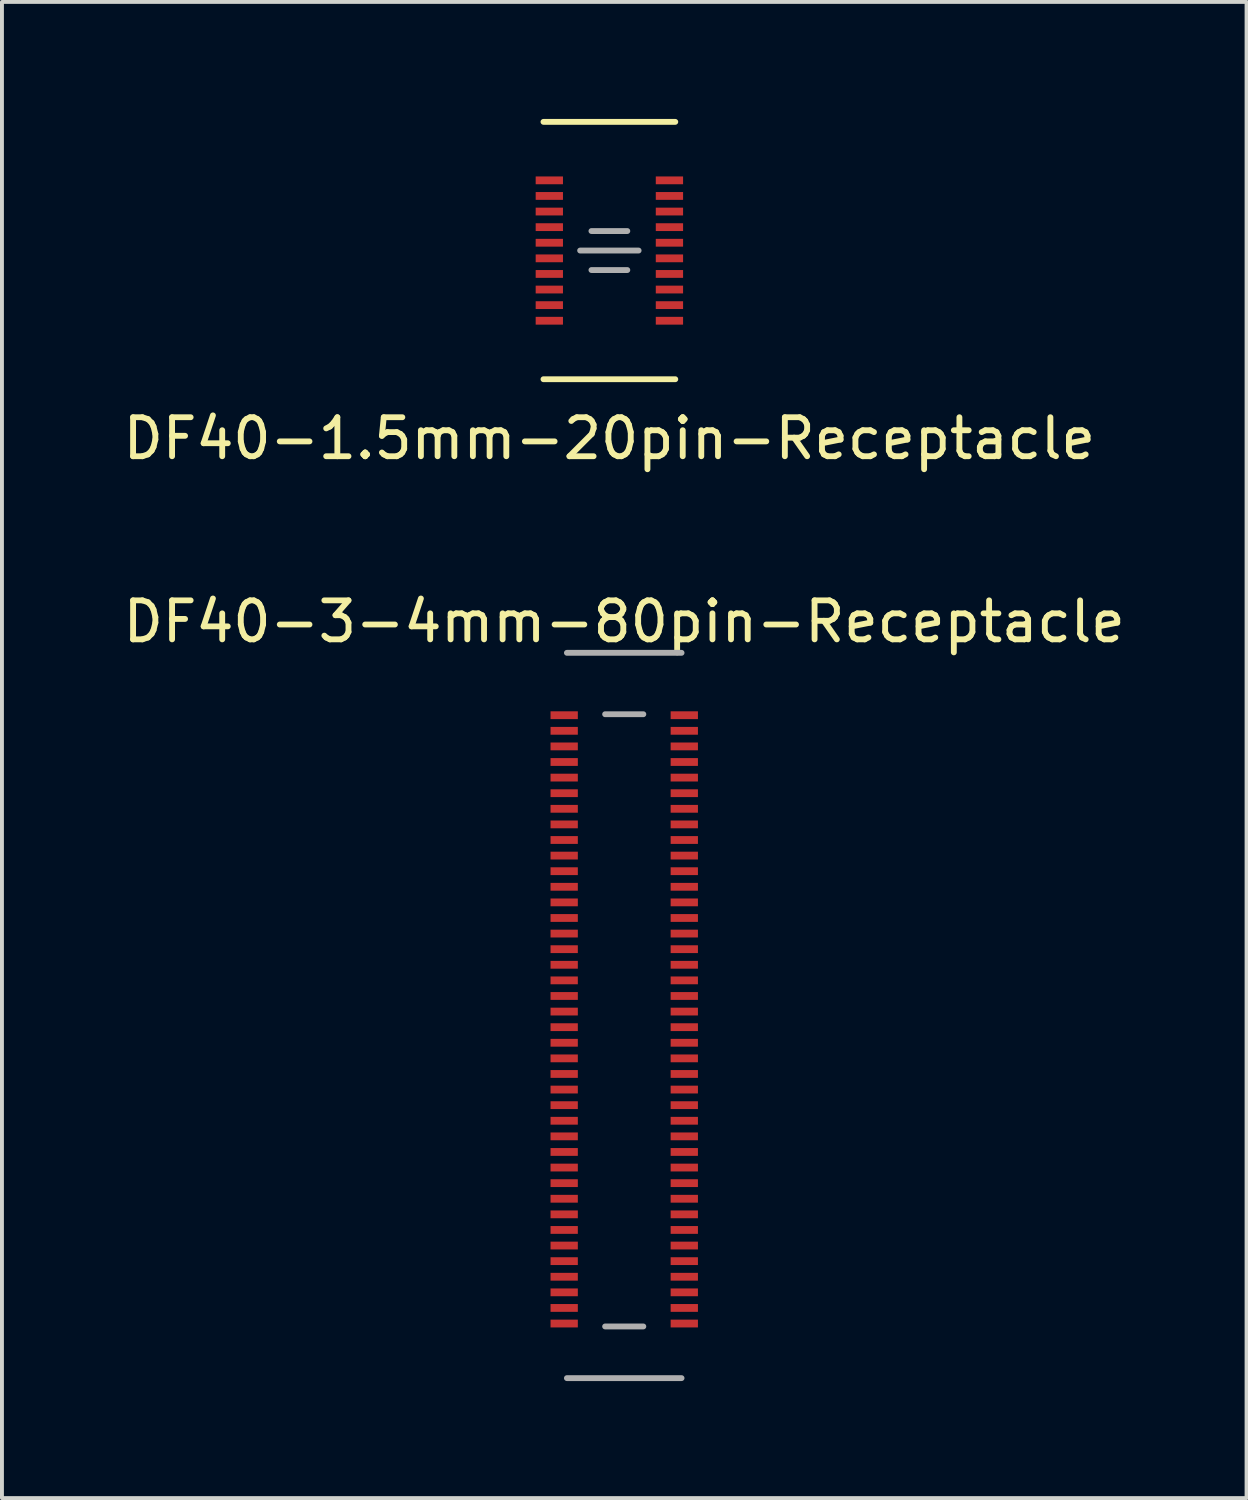
<source format=kicad_pcb>
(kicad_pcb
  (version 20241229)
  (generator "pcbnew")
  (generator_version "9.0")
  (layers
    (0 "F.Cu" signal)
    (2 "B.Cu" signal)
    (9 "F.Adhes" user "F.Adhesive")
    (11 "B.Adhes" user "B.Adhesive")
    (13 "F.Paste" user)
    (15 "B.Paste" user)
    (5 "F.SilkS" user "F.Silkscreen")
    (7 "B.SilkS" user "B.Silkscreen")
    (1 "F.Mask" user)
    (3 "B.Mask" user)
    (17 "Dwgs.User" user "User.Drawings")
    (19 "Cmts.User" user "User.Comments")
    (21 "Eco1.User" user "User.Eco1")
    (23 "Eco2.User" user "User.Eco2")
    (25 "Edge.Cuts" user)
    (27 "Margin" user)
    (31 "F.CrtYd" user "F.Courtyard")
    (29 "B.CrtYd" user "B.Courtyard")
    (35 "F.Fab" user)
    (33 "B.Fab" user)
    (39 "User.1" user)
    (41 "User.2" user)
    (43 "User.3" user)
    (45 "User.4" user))
  (footprint "DF40-3-4mm-80pin-Receptacle"
    (layer "F.Cu")
    (at 12.958 23.091)
    (property "Reference" "DF40-3-4mm-80pin-Receptacle" (at 0 -10.2 0) (layer "F.SilkS") (effects (font (size 1 1) (thickness 0.15))))
    (attr smd)
    (fp_line (start -1.47 -9.4) (end 1.47 -9.4) (stroke (width 0.15) (type solid)) (layer "F.Fab"))
    (fp_line (start -1.47 9.2) (end 1.47 9.2) (stroke (width 0.15) (type solid)) (layer "F.Fab"))
    (fp_line (start -0.49 -7.825) (end 0.49 -7.825) (stroke (width 0.15) (type solid)) (layer "F.Fab"))
    (fp_line (start -0.49 7.875) (end 0.49 7.875) (stroke (width 0.15) (type solid)) (layer "F.Fab"))
    (pad "1" smd rect (at -1.54 -7.8) (size 0.7 0.2) (layers "F.Cu" "F.Mask" "F.Paste"))
    (pad "2" smd rect (at -1.54 -7.4) (size 0.7 0.2) (layers "F.Cu" "F.Mask" "F.Paste"))
    (pad "3" smd rect (at -1.54 -7) (size 0.7 0.2) (layers "F.Cu" "F.Mask" "F.Paste"))
    (pad "4" smd rect (at -1.54 -6.6) (size 0.7 0.2) (layers "F.Cu" "F.Mask" "F.Paste"))
    (pad "5" smd rect (at -1.54 -6.2) (size 0.7 0.2) (layers "F.Cu" "F.Mask" "F.Paste"))
    (pad "6" smd rect (at -1.54 -5.8) (size 0.7 0.2) (layers "F.Cu" "F.Mask" "F.Paste"))
    (pad "7" smd rect (at -1.54 -5.4) (size 0.7 0.2) (layers "F.Cu" "F.Mask" "F.Paste"))
    (pad "8" smd rect (at -1.54 -5) (size 0.7 0.2) (layers "F.Cu" "F.Mask" "F.Paste"))
    (pad "9" smd rect (at -1.54 -4.6) (size 0.7 0.2) (layers "F.Cu" "F.Mask" "F.Paste"))
    (pad "10" smd rect (at -1.54 -4.2) (size 0.7 0.2) (layers "F.Cu" "F.Mask" "F.Paste"))
    (pad "11" smd rect (at -1.54 -3.8) (size 0.7 0.2) (layers "F.Cu" "F.Mask" "F.Paste"))
    (pad "12" smd rect (at -1.54 -3.4) (size 0.7 0.2) (layers "F.Cu" "F.Mask" "F.Paste"))
    (pad "13" smd rect (at -1.54 -3) (size 0.7 0.2) (layers "F.Cu" "F.Mask" "F.Paste"))
    (pad "14" smd rect (at -1.54 -2.6) (size 0.7 0.2) (layers "F.Cu" "F.Mask" "F.Paste"))
    (pad "15" smd rect (at -1.54 -2.2) (size 0.7 0.2) (layers "F.Cu" "F.Mask" "F.Paste"))
    (pad "16" smd rect (at -1.54 -1.8) (size 0.7 0.2) (layers "F.Cu" "F.Mask" "F.Paste"))
    (pad "17" smd rect (at -1.54 -1.4) (size 0.7 0.2) (layers "F.Cu" "F.Mask" "F.Paste"))
    (pad "18" smd rect (at -1.54 -1) (size 0.7 0.2) (layers "F.Cu" "F.Mask" "F.Paste"))
    (pad "19" smd rect (at -1.54 -0.6) (size 0.7 0.2) (layers "F.Cu" "F.Mask" "F.Paste"))
    (pad "20" smd rect (at -1.54 -0.2) (size 0.7 0.2) (layers "F.Cu" "F.Mask" "F.Paste"))
    (pad "21" smd rect (at -1.54 0.2) (size 0.7 0.2) (layers "F.Cu" "F.Mask" "F.Paste"))
    (pad "22" smd rect (at -1.54 0.6) (size 0.7 0.2) (layers "F.Cu" "F.Mask" "F.Paste"))
    (pad "23" smd rect (at -1.54 1) (size 0.7 0.2) (layers "F.Cu" "F.Mask" "F.Paste"))
    (pad "24" smd rect (at -1.54 1.4) (size 0.7 0.2) (layers "F.Cu" "F.Mask" "F.Paste"))
    (pad "25" smd rect (at -1.54 1.8) (size 0.7 0.2) (layers "F.Cu" "F.Mask" "F.Paste"))
    (pad "26" smd rect (at -1.54 2.2) (size 0.7 0.2) (layers "F.Cu" "F.Mask" "F.Paste"))
    (pad "27" smd rect (at -1.54 2.6) (size 0.7 0.2) (layers "F.Cu" "F.Mask" "F.Paste"))
    (pad "28" smd rect (at -1.54 3) (size 0.7 0.2) (layers "F.Cu" "F.Mask" "F.Paste"))
    (pad "29" smd rect (at -1.54 3.4) (size 0.7 0.2) (layers "F.Cu" "F.Mask" "F.Paste"))
    (pad "30" smd rect (at -1.54 3.8) (size 0.7 0.2) (layers "F.Cu" "F.Mask" "F.Paste"))
    (pad "31" smd rect (at -1.54 4.2) (size 0.7 0.2) (layers "F.Cu" "F.Mask" "F.Paste"))
    (pad "32" smd rect (at -1.54 4.6) (size 0.7 0.2) (layers "F.Cu" "F.Mask" "F.Paste"))
    (pad "33" smd rect (at -1.54 5) (size 0.7 0.2) (layers "F.Cu" "F.Mask" "F.Paste"))
    (pad "34" smd rect (at -1.54 5.4) (size 0.7 0.2) (layers "F.Cu" "F.Mask" "F.Paste"))
    (pad "35" smd rect (at -1.54 5.8) (size 0.7 0.2) (layers "F.Cu" "F.Mask" "F.Paste"))
    (pad "36" smd rect (at -1.54 6.2) (size 0.7 0.2) (layers "F.Cu" "F.Mask" "F.Paste"))
    (pad "37" smd rect (at -1.54 6.6) (size 0.7 0.2) (layers "F.Cu" "F.Mask" "F.Paste"))
    (pad "38" smd rect (at -1.54 7) (size 0.7 0.2) (layers "F.Cu" "F.Mask" "F.Paste"))
    (pad "39" smd rect (at -1.54 7.4) (size 0.7 0.2) (layers "F.Cu" "F.Mask" "F.Paste"))
    (pad "40" smd rect (at -1.54 7.8) (size 0.7 0.2) (layers "F.Cu" "F.Mask" "F.Paste"))
    (pad "41" smd rect (at 1.54 -7.8) (size 0.7 0.2) (layers "F.Cu" "F.Mask" "F.Paste"))
    (pad "42" smd rect (at 1.54 -7.4) (size 0.7 0.2) (layers "F.Cu" "F.Mask" "F.Paste"))
    (pad "43" smd rect (at 1.54 -7) (size 0.7 0.2) (layers "F.Cu" "F.Mask" "F.Paste"))
    (pad "44" smd rect (at 1.54 -6.6) (size 0.7 0.2) (layers "F.Cu" "F.Mask" "F.Paste"))
    (pad "45" smd rect (at 1.54 -6.2) (size 0.7 0.2) (layers "F.Cu" "F.Mask" "F.Paste"))
    (pad "46" smd rect (at 1.54 -5.8) (size 0.7 0.2) (layers "F.Cu" "F.Mask" "F.Paste"))
    (pad "47" smd rect (at 1.54 -5.4) (size 0.7 0.2) (layers "F.Cu" "F.Mask" "F.Paste"))
    (pad "48" smd rect (at 1.54 -5) (size 0.7 0.2) (layers "F.Cu" "F.Mask" "F.Paste"))
    (pad "49" smd rect (at 1.54 -4.6) (size 0.7 0.2) (layers "F.Cu" "F.Mask" "F.Paste"))
    (pad "50" smd rect (at 1.54 -4.2) (size 0.7 0.2) (layers "F.Cu" "F.Mask" "F.Paste"))
    (pad "51" smd rect (at 1.54 -3.8) (size 0.7 0.2) (layers "F.Cu" "F.Mask" "F.Paste"))
    (pad "52" smd rect (at 1.54 -3.4) (size 0.7 0.2) (layers "F.Cu" "F.Mask" "F.Paste"))
    (pad "53" smd rect (at 1.54 -3) (size 0.7 0.2) (layers "F.Cu" "F.Mask" "F.Paste"))
    (pad "54" smd rect (at 1.54 -2.6) (size 0.7 0.2) (layers "F.Cu" "F.Mask" "F.Paste"))
    (pad "55" smd rect (at 1.54 -2.2) (size 0.7 0.2) (layers "F.Cu" "F.Mask" "F.Paste"))
    (pad "56" smd rect (at 1.54 -1.8) (size 0.7 0.2) (layers "F.Cu" "F.Mask" "F.Paste"))
    (pad "57" smd rect (at 1.54 -1.4) (size 0.7 0.2) (layers "F.Cu" "F.Mask" "F.Paste"))
    (pad "58" smd rect (at 1.54 -1) (size 0.7 0.2) (layers "F.Cu" "F.Mask" "F.Paste"))
    (pad "59" smd rect (at 1.54 -0.6) (size 0.7 0.2) (layers "F.Cu" "F.Mask" "F.Paste"))
    (pad "60" smd rect (at 1.54 -0.2) (size 0.7 0.2) (layers "F.Cu" "F.Mask" "F.Paste"))
    (pad "61" smd rect (at 1.54 0.2) (size 0.7 0.2) (layers "F.Cu" "F.Mask" "F.Paste"))
    (pad "62" smd rect (at 1.54 0.6) (size 0.7 0.2) (layers "F.Cu" "F.Mask" "F.Paste"))
    (pad "63" smd rect (at 1.54 1) (size 0.7 0.2) (layers "F.Cu" "F.Mask" "F.Paste"))
    (pad "64" smd rect (at 1.54 1.4) (size 0.7 0.2) (layers "F.Cu" "F.Mask" "F.Paste"))
    (pad "65" smd rect (at 1.54 1.8) (size 0.7 0.2) (layers "F.Cu" "F.Mask" "F.Paste"))
    (pad "66" smd rect (at 1.54 2.2) (size 0.7 0.2) (layers "F.Cu" "F.Mask" "F.Paste"))
    (pad "67" smd rect (at 1.54 2.6) (size 0.7 0.2) (layers "F.Cu" "F.Mask" "F.Paste"))
    (pad "68" smd rect (at 1.54 3) (size 0.7 0.2) (layers "F.Cu" "F.Mask" "F.Paste"))
    (pad "69" smd rect (at 1.54 3.4) (size 0.7 0.2) (layers "F.Cu" "F.Mask" "F.Paste"))
    (pad "70" smd rect (at 1.54 3.8) (size 0.7 0.2) (layers "F.Cu" "F.Mask" "F.Paste"))
    (pad "71" smd rect (at 1.54 4.2) (size 0.7 0.2) (layers "F.Cu" "F.Mask" "F.Paste"))
    (pad "72" smd rect (at 1.54 4.6) (size 0.7 0.2) (layers "F.Cu" "F.Mask" "F.Paste"))
    (pad "73" smd rect (at 1.54 5) (size 0.7 0.2) (layers "F.Cu" "F.Mask" "F.Paste"))
    (pad "74" smd rect (at 1.54 5.4) (size 0.7 0.2) (layers "F.Cu" "F.Mask" "F.Paste"))
    (pad "75" smd rect (at 1.54 5.8) (size 0.7 0.2) (layers "F.Cu" "F.Mask" "F.Paste"))
    (pad "76" smd rect (at 1.54 6.2) (size 0.7 0.2) (layers "F.Cu" "F.Mask" "F.Paste"))
    (pad "77" smd rect (at 1.54 6.6) (size 0.7 0.2) (layers "F.Cu" "F.Mask" "F.Paste"))
    (pad "78" smd rect (at 1.54 7) (size 0.7 0.2) (layers "F.Cu" "F.Mask" "F.Paste"))
    (pad "79" smd rect (at 1.54 7.4) (size 0.7 0.2) (layers "F.Cu" "F.Mask" "F.Paste"))
    (pad "80" smd rect (at 1.54 7.8) (size 0.7 0.2) (layers "F.Cu" "F.Mask" "F.Paste")))
  (footprint "DF40-1.5mm-20pin-Receptacle"
    (layer "F.Cu")
    (at 12.577 3.375)
    (property "Reference" "DF40-1.5mm-20pin-Receptacle" (at 0 4.82 0) (layer "F.SilkS") (effects (font (size 1 1) (thickness 0.15))))
    (attr through_hole)
    (fp_line (start -1.69 -3.3) (end 1.69 -3.3) (stroke (width 0.15) (type solid)) (layer "F.SilkS"))
    (fp_line (start -1.69 3.3) (end 1.69 3.3) (stroke (width 0.15) (type solid)) (layer "F.SilkS"))
    (fp_line (start -0.75 0) (end 0.75 0) (stroke (width 0.15) (type solid)) (layer "F.Fab"))
    (fp_line (start -0.46 -0.5) (end 0.46 -0.5) (stroke (width 0.15) (type solid)) (layer "F.Fab"))
    (fp_line (start -0.46 0.5) (end 0.46 0.5) (stroke (width 0.15) (type solid)) (layer "F.Fab"))
    (pad "1" smd rect (at -1.54 1.8) (size 0.7 0.2) (layers "F.Cu" "F.Mask" "F.Paste"))
    (pad "2" smd rect (at 1.54 1.8) (size 0.7 0.2) (layers "F.Cu" "F.Mask" "F.Paste"))
    (pad "3" smd rect (at -1.54 1.4) (size 0.7 0.2) (layers "F.Cu" "F.Mask" "F.Paste"))
    (pad "4" smd rect (at 1.54 1.4) (size 0.7 0.2) (layers "F.Cu" "F.Mask" "F.Paste"))
    (pad "5" smd rect (at -1.54 1) (size 0.7 0.2) (layers "F.Cu" "F.Mask" "F.Paste"))
    (pad "6" smd rect (at 1.54 1) (size 0.7 0.2) (layers "F.Cu" "F.Mask" "F.Paste"))
    (pad "7" smd rect (at -1.54 0.6) (size 0.7 0.2) (layers "F.Cu" "F.Mask" "F.Paste"))
    (pad "8" smd rect (at 1.54 0.6) (size 0.7 0.2) (layers "F.Cu" "F.Mask" "F.Paste"))
    (pad "9" smd rect (at -1.54 0.2) (size 0.7 0.2) (layers "F.Cu" "F.Mask" "F.Paste"))
    (pad "10" smd rect (at 1.54 0.2) (size 0.7 0.2) (layers "F.Cu" "F.Mask" "F.Paste"))
    (pad "11" smd rect (at -1.54 -0.2) (size 0.7 0.2) (layers "F.Cu" "F.Mask" "F.Paste"))
    (pad "12" smd rect (at 1.54 -0.2) (size 0.7 0.2) (layers "F.Cu" "F.Mask" "F.Paste"))
    (pad "13" smd rect (at -1.54 -0.6) (size 0.7 0.2) (layers "F.Cu" "F.Mask" "F.Paste"))
    (pad "14" smd rect (at 1.54 -0.6) (size 0.7 0.2) (layers "F.Cu" "F.Mask" "F.Paste"))
    (pad "15" smd rect (at -1.54 -1) (size 0.7 0.2) (layers "F.Cu" "F.Mask" "F.Paste"))
    (pad "16" smd rect (at 1.54 -1) (size 0.7 0.2) (layers "F.Cu" "F.Mask" "F.Paste"))
    (pad "17" smd rect (at -1.54 -1.4) (size 0.7 0.2) (layers "F.Cu" "F.Mask" "F.Paste"))
    (pad "18" smd rect (at 1.54 -1.4) (size 0.7 0.2) (layers "F.Cu" "F.Mask" "F.Paste"))
    (pad "19" smd rect (at -1.54 -1.8) (size 0.7 0.2) (layers "F.Cu" "F.Mask" "F.Paste"))
    (pad "20" smd rect (at 1.54 -1.8) (size 0.7 0.2) (layers "F.Cu" "F.Mask" "F.Paste")))
  (gr_rect
    (start -3 -3)
    (end 28.917 35.367)
    (stroke (width 0.1) (type default))
    (fill no)
    (layer "Edge.Cuts")))
</source>
